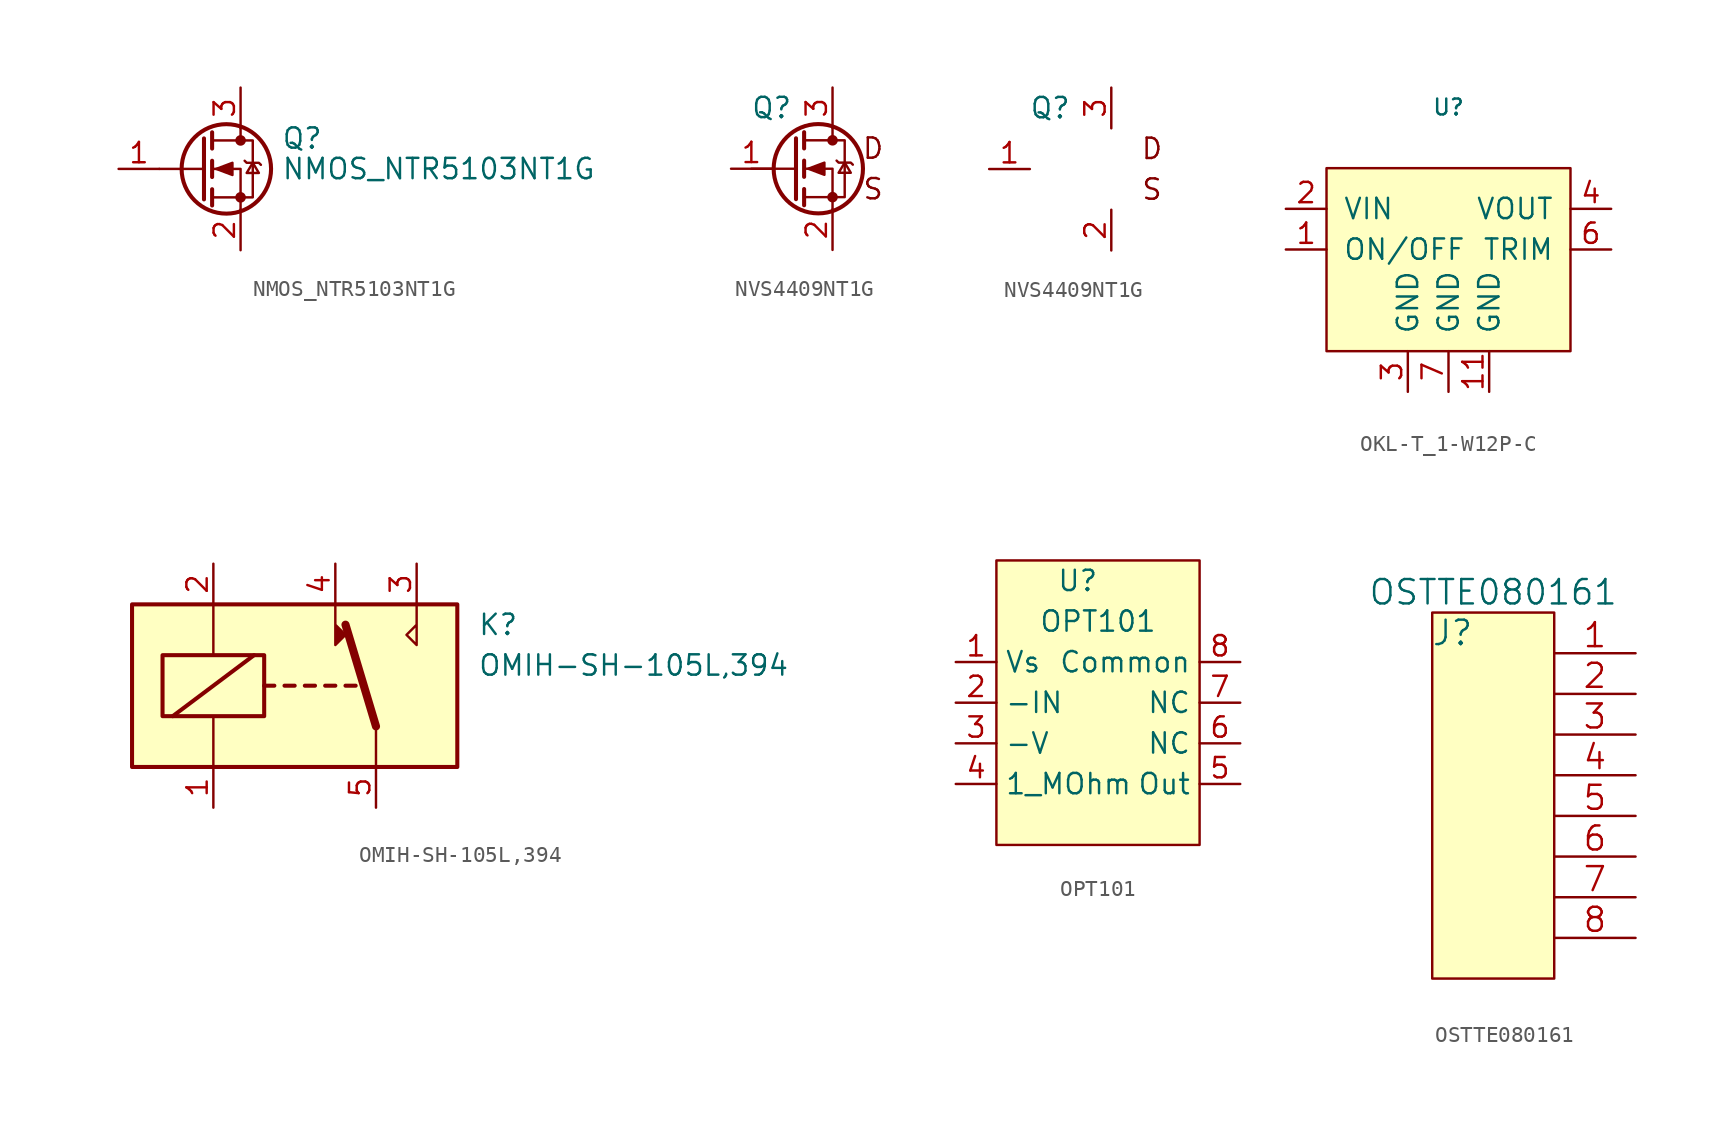
<source format=kicad_sym>
(kicad_symbol_lib
  (version 20211014)
  (generator kicad_symbol_editor)
  (symbol "NMOS_NTR5103NT1G"
    (pin_names hide)
    (property "Reference" "Q"
      (at 5.08 1.905 0)
      (effects (font (size 1.27 1.27)) (justify left)))
    (property "Value" "NMOS_NTR5103NT1G"
      (at 5.08 0 0)
      (effects (font (size 1.27 1.27)) (justify left)))
    (symbol "NMOS_NTR5103NT1G_0_1"
      (polyline (pts (xy 0.254 0) (xy -2.54 0)) (stroke (width 0) (type default) (color 0 0 0 0)) (fill (type none)))
      (polyline (pts (xy 0.254 1.905) (xy 0.254 -1.905)) (stroke (width 0.254) (type default) (color 0 0 0 0)) (fill (type none)))
      (polyline (pts (xy 0.762 -1.27) (xy 0.762 -2.286)) (stroke (width 0.254) (type default) (color 0 0 0 0)) (fill (type none)))
      (polyline (pts (xy 0.762 0.508) (xy 0.762 -0.508)) (stroke (width 0.254) (type default) (color 0 0 0 0)) (fill (type none)))
      (polyline (pts (xy 0.762 2.286) (xy 0.762 1.27)) (stroke (width 0.254) (type default) (color 0 0 0 0)) (fill (type none)))
      (polyline (pts (xy 2.54 2.54) (xy 2.54 1.778)) (stroke (width 0) (type default) (color 0 0 0 0)) (fill (type none)))
      (polyline (pts (xy 2.54 -2.54) (xy 2.54 0) (xy 0.762 0)) (stroke (width 0) (type default) (color 0 0 0 0)) (fill (type none)))
      (polyline (pts (xy 0.762 -1.778) (xy 3.302 -1.778) (xy 3.302 1.778) (xy 0.762 1.778)) (stroke (width 0) (type default) (color 0 0 0 0)) (fill (type none)))
      (polyline (pts (xy 1.016 0) (xy 2.032 0.381) (xy 2.032 -0.381) (xy 1.016 0)) (stroke (width 0) (type default) (color 0 0 0 0)) (fill (type outline)))
      (polyline (pts (xy 2.794 0.508) (xy 2.921 0.381) (xy 3.683 0.381) (xy 3.81 0.254)) (stroke (width 0) (type default) (color 0 0 0 0)) (fill (type none)))
      (polyline (pts (xy 3.302 0.381) (xy 2.921 -0.254) (xy 3.683 -0.254) (xy 3.302 0.381)) (stroke (width 0) (type default) (color 0 0 0 0)) (fill (type none)))
      (circle (center 1.651 0) (radius 2.794) (stroke (width 0.254) (type default) (color 0 0 0 0)) (fill (type none)))
      (circle (center 2.54 -1.778) (radius 0.254) (stroke (width 0) (type default) (color 0 0 0 0)) (fill (type outline)))
      (circle (center 2.54 1.778) (radius 0.254) (stroke (width 0) (type default) (color 0 0 0 0)) (fill (type outline))))
    (symbol "NMOS_NTR5103NT1G_1_1"
      (pin input line (at -5.08 0 0) (length 2.54) (name "G" (effects (font (size 1.27 1.27)))) (number "1" (effects (font (size 1.27 1.27)))))
      (pin passive line (at 2.54 -5.08 90) (length 2.54) (name "S" (effects (font (size 1.27 1.27)))) (number "2" (effects (font (size 1.27 1.27)))))
      (pin passive line (at 2.54 5.08 270) (length 2.54) (name "D" (effects (font (size 1.27 1.27)))) (number "3" (effects (font (size 1.27 1.27)))))))
  (symbol "NVS4409NT1G"
    (pin_names
      (offset 1.016))
    (property "Reference" "Q"
      (at -3.81 3.81 0)
      (effects (font (size 1.27 1.27))))
    (symbol "NVS4409NT1G_0_0"
      (text "D" (at 2.54 1.27 0) (effects (font (size 1.27 1.27))))
      (text "S" (at 2.54 -1.27 0) (effects (font (size 1.27 1.27)))))
    (symbol "NVS4409NT1G_1_1"
      (circle (center -0.889 0) (radius 2.794) (stroke (width 0.254) (type default) (color 0 0 0 0)) (fill (type none)))
      (circle (center 0 -1.778) (radius 0.254) (stroke (width 0) (type default) (color 0 0 0 0)) (fill (type outline)))
      (polyline (pts (xy -2.286 0) (xy -5.08 0)) (stroke (width 0) (type default) (color 0 0 0 0)) (fill (type none)))
      (polyline (pts (xy -2.286 1.905) (xy -2.286 -1.905)) (stroke (width 0.254) (type default) (color 0 0 0 0)) (fill (type none)))
      (polyline (pts (xy -1.778 -1.27) (xy -1.778 -2.286)) (stroke (width 0.254) (type default) (color 0 0 0 0)) (fill (type none)))
      (polyline (pts (xy -1.778 0.508) (xy -1.778 -0.508)) (stroke (width 0.254) (type default) (color 0 0 0 0)) (fill (type none)))
      (polyline (pts (xy -1.778 2.286) (xy -1.778 1.27)) (stroke (width 0.254) (type default) (color 0 0 0 0)) (fill (type none)))
      (polyline (pts (xy 0 2.54) (xy 0 1.778)) (stroke (width 0) (type default) (color 0 0 0 0)) (fill (type none)))
      (polyline (pts (xy 0 -2.54) (xy 0 0) (xy -1.778 0)) (stroke (width 0) (type default) (color 0 0 0 0)) (fill (type none)))
      (polyline (pts (xy -1.778 -1.778) (xy 0.762 -1.778) (xy 0.762 1.778) (xy -1.778 1.778)) (stroke (width 0) (type default) (color 0 0 0 0)) (fill (type none)))
      (polyline (pts (xy -1.524 0) (xy -0.508 0.381) (xy -0.508 -0.381) (xy -1.524 0)) (stroke (width 0) (type default) (color 0 0 0 0)) (fill (type outline)))
      (polyline (pts (xy 0.254 0.508) (xy 0.381 0.381) (xy 1.143 0.381) (xy 1.27 0.254)) (stroke (width 0) (type default) (color 0 0 0 0)) (fill (type none)))
      (polyline (pts (xy 0.762 0.381) (xy 0.381 -0.254) (xy 1.143 -0.254) (xy 0.762 0.381)) (stroke (width 0) (type default) (color 0 0 0 0)) (fill (type none)))
      (circle (center 0 1.778) (radius 0.254) (stroke (width 0) (type default) (color 0 0 0 0)) (fill (type outline)))
      (pin input line (at -6.35 0 0) (length 2.54) (name "~" (effects (font (size 1.27 1.27)))) (number "1" (effects (font (size 1.27 1.27)))))
      (pin passive line (at 0 -5.08 90) (length 2.54) (name "~" (effects (font (size 1.27 1.27)))) (number "2" (effects (font (size 1.27 1.27)))))
      (pin passive line (at 0 5.08 270) (length 2.54) (name "~" (effects (font (size 1.27 1.27)))) (number "3" (effects (font (size 1.27 1.27))))))
    (symbol "NVS4409NT1G_1_2"
      (pin input line (at -7.62 0 0) (length 2.54) (name "~" (effects (font (size 1.27 1.27)))) (number "1" (effects (font (size 1.27 1.27)))))
      (pin passive line (at 0 -5.08 90) (length 2.54) (name "~" (effects (font (size 1.27 1.27)))) (number "2" (effects (font (size 1.27 1.27)))))
      (pin passive line (at 0 5.08 270) (length 2.54) (name "~" (effects (font (size 1.27 1.27)))) (number "3" (effects (font (size 1.27 1.27)))))))
  (symbol "OKL-T_1-W12P-C"
    (pin_names
      (offset 1.016))
    (property "Reference" "U"
      (at 0 8.89 0)
      (effects (font (size 0.991 0.991))))
    (symbol "OKL-T_1-W12P-C_0_1"
      (rectangle (start 7.62 5.08) (end -7.62 -6.35) (stroke (width 0) (type default) (color 0 0 0 0)) (fill (type background))))
    (symbol "OKL-T_1-W12P-C_1_1"
      (pin passive line (at -10.16 0 0) (length 2.54) (name "ON/OFF" (effects (font (size 1.27 1.27)))) (number "1" (effects (font (size 1.27 1.27)))))
      (pin passive line (at 2.54 -8.89 90) (length 2.54) (name "GND" (effects (font (size 1.27 1.27)))) (number "11" (effects (font (size 1.27 1.27)))))
      (pin passive line (at -10.16 2.54 0) (length 2.54) (name "VIN" (effects (font (size 1.27 1.27)))) (number "2" (effects (font (size 1.27 1.27)))))
      (pin passive line (at -2.54 -8.89 90) (length 2.54) (name "GND" (effects (font (size 1.27 1.27)))) (number "3" (effects (font (size 1.27 1.27)))))
      (pin passive line (at 10.16 2.54 180) (length 2.54) (name "VOUT" (effects (font (size 1.27 1.27)))) (number "4" (effects (font (size 1.27 1.27)))))
      (pin passive line (at 10.16 0 180) (length 2.54) (name "TRIM" (effects (font (size 1.27 1.27)))) (number "6" (effects (font (size 1.27 1.27)))))
      (pin passive line (at 0 -8.89 90) (length 2.54) (name "GND" (effects (font (size 1.27 1.27)))) (number "7" (effects (font (size 1.27 1.27)))))))
  (symbol "OMIH-SH-105L,394"
    (pin_names
      (offset 1.016))
    (property "Reference" "K"
      (at 16.51 8.89 0)
      (effects (font (size 1.27 1.27)) (justify left)))
    (property "Value" "OMIH-SH-105L,394"
      (at 16.51 6.35 0)
      (effects (font (size 1.27 1.27)) (justify left)))
    (symbol "OMIH-SH-105L,394_1_1"
      (rectangle (start -5.08 10.16) (end 15.24 0) (stroke (width 0.254) (type default) (color 0 0 0 0)) (fill (type background)))
      (rectangle (start -3.175 6.985) (end 3.175 3.175) (stroke (width 0.254) (type default) (color 0 0 0 0)) (fill (type none)))
      (polyline (pts (xy -2.54 3.175) (xy 2.54 6.985)) (stroke (width 0.254) (type default) (color 0 0 0 0)) (fill (type none)))
      (polyline (pts (xy 0 0) (xy 0 3.175)) (stroke (width 0) (type default) (color 0 0 0 0)) (fill (type none)))
      (polyline (pts (xy 0 10.16) (xy 0 6.985)) (stroke (width 0) (type default) (color 0 0 0 0)) (fill (type none)))
      (polyline (pts (xy 3.175 5.08) (xy 3.81 5.08)) (stroke (width 0.254) (type default) (color 0 0 0 0)) (fill (type none)))
      (polyline (pts (xy 4.445 5.08) (xy 5.08 5.08)) (stroke (width 0.254) (type default) (color 0 0 0 0)) (fill (type none)))
      (polyline (pts (xy 5.715 5.08) (xy 6.35 5.08)) (stroke (width 0.254) (type default) (color 0 0 0 0)) (fill (type none)))
      (polyline (pts (xy 6.985 5.08) (xy 7.62 5.08)) (stroke (width 0.254) (type default) (color 0 0 0 0)) (fill (type none)))
      (polyline (pts (xy 8.255 5.08) (xy 8.89 5.08)) (stroke (width 0.254) (type default) (color 0 0 0 0)) (fill (type none)))
      (polyline (pts (xy 10.16 2.54) (xy 8.255 8.89)) (stroke (width 0.508) (type default) (color 0 0 0 0)) (fill (type none)))
      (polyline (pts (xy 10.16 2.54) (xy 10.16 0)) (stroke (width 0) (type default) (color 0 0 0 0)) (fill (type none)))
      (polyline (pts (xy 7.62 10.16) (xy 7.62 7.62) (xy 8.255 8.255) (xy 7.62 8.89)) (stroke (width 0) (type default) (color 0 0 0 0)) (fill (type outline)))
      (polyline (pts (xy 12.7 10.16) (xy 12.7 7.62) (xy 12.065 8.255) (xy 12.7 8.89)) (stroke (width 0) (type default) (color 0 0 0 0)) (fill (type none)))
      (pin bidirectional line (at 0 -2.54 90) (length 2.54) (name "~" (effects (font (size 1.27 1.27)))) (number "1" (effects (font (size 1.27 1.27)))))
      (pin bidirectional line (at 0 12.7 270) (length 2.54) (name "~" (effects (font (size 1.27 1.27)))) (number "2" (effects (font (size 1.27 1.27)))))
      (pin bidirectional line (at 12.7 12.7 270) (length 2.54) (name "~" (effects (font (size 1.27 1.27)))) (number "3" (effects (font (size 1.27 1.27)))))
      (pin bidirectional line (at 7.62 12.7 270) (length 2.54) (name "~" (effects (font (size 1.27 1.27)))) (number "4" (effects (font (size 1.27 1.27)))))
      (pin bidirectional line (at 10.16 -2.54 90) (length 2.54) (name "~" (effects (font (size 1.27 1.27)))) (number "5" (effects (font (size 1.27 1.27)))))))
  (symbol "OPT101"
    (property "Reference" "U"
      (at 1.27 5.08 0)
      (effects (font (size 1.27 1.27))))
    (property "Value" "OPT101"
      (at 2.54 2.54 0)
      (effects (font (size 1.27 1.27))))
    (symbol "OPT101_0_1"
      (rectangle (start -3.81 6.35) (end 8.89 -11.43) (stroke (width 0) (type default) (color 0 0 0 0)) (fill (type background))))
    (symbol "OPT101_1_1"
      (pin input line (at -6.35 0 0) (length 2.54) (name "Vs" (effects (font (size 1.27 1.27)))) (number "1" (effects (font (size 1.27 1.27)))))
      (pin input line (at -6.35 -2.54 0) (length 2.54) (name "-IN" (effects (font (size 1.27 1.27)))) (number "2" (effects (font (size 1.27 1.27)))))
      (pin input line (at -6.35 -5.08 0) (length 2.54) (name "-V" (effects (font (size 1.27 1.27)))) (number "3" (effects (font (size 1.27 1.27)))))
      (pin input line (at -6.35 -7.62 0) (length 2.54) (name "1_MOhm" (effects (font (size 1.27 1.27)))) (number "4" (effects (font (size 1.27 1.27)))))
      (pin input line (at 11.43 -7.62 180) (length 2.54) (name "Out" (effects (font (size 1.27 1.27)))) (number "5" (effects (font (size 1.27 1.27)))))
      (pin input line (at 11.43 -5.08 180) (length 2.54) (name "NC" (effects (font (size 1.27 1.27)))) (number "6" (effects (font (size 1.27 1.27)))))
      (pin input line (at 11.43 -2.54 180) (length 2.54) (name "NC" (effects (font (size 1.27 1.27)))) (number "7" (effects (font (size 1.27 1.27)))))
      (pin input line (at 11.43 0 180) (length 2.54) (name "Common" (effects (font (size 1.27 1.27)))) (number "8" (effects (font (size 1.27 1.27)))))))
  (symbol "OSTTE080161"
    (pin_names
      (offset 0.254))
    (property "Reference" "J"
      (at -6.35 2.54 0)
      (effects (font (size 1.524 1.524))))
    (property "Value" "OSTTE080161"
      (at -3.81 5.08 0)
      (effects (font (size 1.524 1.524))))
    (symbol "OSTTE080161_0_1"
      (rectangle (start -7.62 3.81) (end 0 -19.05) (stroke (width 0) (type default) (color 0 0 0 0)) (fill (type background))))
    (symbol "OSTTE080161_1_1"
      (pin unspecified line (at 5.08 1.27 180) (length 5.08) (name "~" (effects (font (size 1.499 1.499)))) (number "1" (effects (font (size 1.499 1.499)))))
      (pin unspecified line (at 5.08 -1.27 180) (length 5.08) (name "~" (effects (font (size 1.499 1.499)))) (number "2" (effects (font (size 1.499 1.499)))))
      (pin unspecified line (at 5.08 -3.81 180) (length 5.08) (name "~" (effects (font (size 1.499 1.499)))) (number "3" (effects (font (size 1.499 1.499)))))
      (pin unspecified line (at 5.08 -6.35 180) (length 5.08) (name "~" (effects (font (size 1.499 1.499)))) (number "4" (effects (font (size 1.499 1.499)))))
      (pin unspecified line (at 5.08 -8.89 180) (length 5.08) (name "~" (effects (font (size 1.499 1.499)))) (number "5" (effects (font (size 1.499 1.499)))))
      (pin unspecified line (at 5.08 -11.43 180) (length 5.08) (name "~" (effects (font (size 1.499 1.499)))) (number "6" (effects (font (size 1.499 1.499)))))
      (pin unspecified line (at 5.08 -13.97 180) (length 5.08) (name "~" (effects (font (size 1.499 1.499)))) (number "7" (effects (font (size 1.499 1.499)))))
      (pin unspecified line (at 5.08 -16.51 180) (length 5.08) (name "~" (effects (font (size 1.499 1.499)))) (number "8" (effects (font (size 1.499 1.499))))))))
</source>
